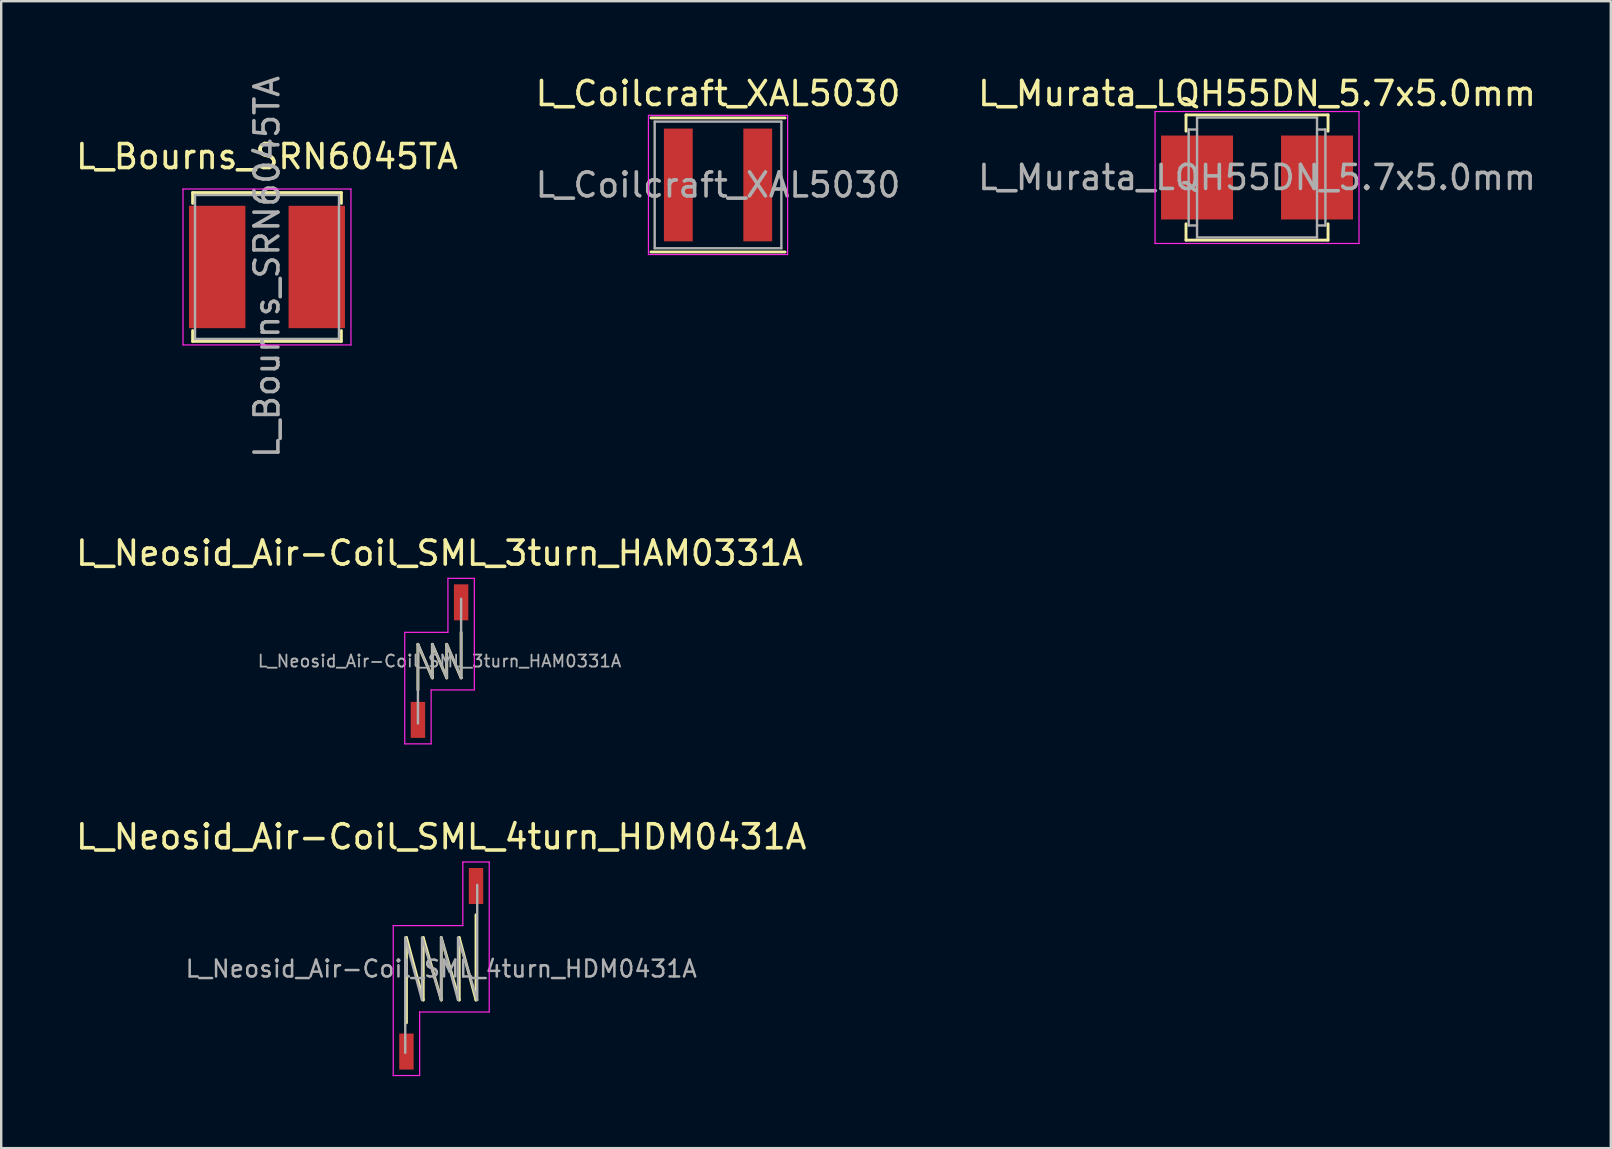
<source format=kicad_pcb>
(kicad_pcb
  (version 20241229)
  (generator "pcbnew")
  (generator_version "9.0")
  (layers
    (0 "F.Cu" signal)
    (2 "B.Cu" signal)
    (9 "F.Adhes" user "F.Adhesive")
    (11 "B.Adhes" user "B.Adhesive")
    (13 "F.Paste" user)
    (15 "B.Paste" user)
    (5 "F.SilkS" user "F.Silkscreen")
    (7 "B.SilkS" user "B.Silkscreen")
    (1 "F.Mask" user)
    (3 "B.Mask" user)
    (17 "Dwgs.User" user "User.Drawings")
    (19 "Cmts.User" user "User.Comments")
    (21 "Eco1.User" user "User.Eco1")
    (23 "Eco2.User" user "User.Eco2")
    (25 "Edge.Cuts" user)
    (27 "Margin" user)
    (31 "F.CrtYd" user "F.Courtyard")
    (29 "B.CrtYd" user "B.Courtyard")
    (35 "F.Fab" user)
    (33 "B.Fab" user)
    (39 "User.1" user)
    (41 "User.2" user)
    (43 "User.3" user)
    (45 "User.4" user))
  (footprint "L_Murata_LQH55DN_5.7x5.0mm"
    (layer "F.Cu")
    (at 49.339 4.348)
    (property "Reference" "L_Murata_LQH55DN_5.7x5.0mm" (at 0 -3.5 0) (layer "F.SilkS") (effects (font (size 1 1) (thickness 0.15))))
    (attr smd)
    (fp_line (start -2.96 -2.61) (end -2.96 -1.93) (stroke (width 0.12) (type solid)) (layer "F.SilkS"))
    (fp_line (start -2.96 -2.61) (end 2.96 -2.61) (stroke (width 0.12) (type solid)) (layer "F.SilkS"))
    (fp_line (start -2.96 1.93) (end -2.96 2.61) (stroke (width 0.12) (type solid)) (layer "F.SilkS"))
    (fp_line (start -2.96 2.61) (end 2.96 2.61) (stroke (width 0.12) (type solid)) (layer "F.SilkS"))
    (fp_line (start 2.96 -2.61) (end 2.96 -1.93) (stroke (width 0.12) (type solid)) (layer "F.SilkS"))
    (fp_line (start 2.96 1.93) (end 2.96 2.61) (stroke (width 0.12) (type solid)) (layer "F.SilkS"))
    (fp_line (start -4.25 -2.75) (end -4.25 2.75) (stroke (width 0.05) (type solid)) (layer "F.CrtYd"))
    (fp_line (start -4.25 2.75) (end 4.25 2.75) (stroke (width 0.05) (type solid)) (layer "F.CrtYd"))
    (fp_line (start 4.25 -2.75) (end -4.25 -2.75) (stroke (width 0.05) (type solid)) (layer "F.CrtYd"))
    (fp_line (start 4.25 2.75) (end 4.25 -2.75) (stroke (width 0.05) (type solid)) (layer "F.CrtYd"))
    (fp_line (start -2.85 -2) (end -2.85 2) (stroke (width 0.1) (type solid)) (layer "F.Fab"))
    (fp_line (start -2.85 -2) (end -2.5 -2) (stroke (width 0.1) (type solid)) (layer "F.Fab"))
    (fp_line (start -2.85 2) (end -2.5 2) (stroke (width 0.1) (type solid)) (layer "F.Fab"))
    (fp_line (start -2.5 -2.5) (end -2.5 2.5) (stroke (width 0.1) (type solid)) (layer "F.Fab"))
    (fp_line (start -2.5 -2.5) (end 2.5 -2.5) (stroke (width 0.1) (type solid)) (layer "F.Fab"))
    (fp_line (start -2.5 2.5) (end 2.5 2.5) (stroke (width 0.1) (type solid)) (layer "F.Fab"))
    (fp_line (start 2.5 -2.5) (end 2.5 2.5) (stroke (width 0.1) (type solid)) (layer "F.Fab"))
    (fp_line (start 2.85 -2) (end 2.5 -2) (stroke (width 0.1) (type solid)) (layer "F.Fab"))
    (fp_line (start 2.85 -2) (end 2.85 2) (stroke (width 0.1) (type solid)) (layer "F.Fab"))
    (fp_line (start 2.85 2) (end 2.5 2) (stroke (width 0.1) (type solid)) (layer "F.Fab"))
    (fp_text user "${REFERENCE}" (at 0 0 0) (layer "F.Fab") (effects (font (size 1 1) (thickness 0.15))))
    (pad "1" smd rect (at -2.5 0) (size 3 3.5) (layers "F.Cu" "F.Mask" "F.Paste"))
    (pad "2" smd rect (at 2.5 0) (size 3 3.5) (layers "F.Cu" "F.Mask" "F.Paste")))
  (footprint "L_Coilcraft_XAL5030"
    (layer "F.Cu")
    (at 26.875 4.658)
    (property "Reference" "L_Coilcraft_XAL5030" (at 0 -3.81 0) (layer "F.SilkS") (effects (font (size 1 1) (thickness 0.15))))
    (attr smd)
    (fp_line (start -2.794 -2.794) (end 2.794 -2.794) (stroke (width 0.12) (type solid)) (layer "F.SilkS"))
    (fp_line (start 2.794 2.794) (end -2.794 2.794) (stroke (width 0.12) (type solid)) (layer "F.SilkS"))
    (fp_line (start -2.9 -2.9) (end 2.9 -2.9) (stroke (width 0.05) (type solid)) (layer "F.CrtYd"))
    (fp_line (start -2.9 2.9) (end -2.9 -2.9) (stroke (width 0.05) (type solid)) (layer "F.CrtYd"))
    (fp_line (start 2.9 -2.9) (end 2.9 2.9) (stroke (width 0.05) (type solid)) (layer "F.CrtYd"))
    (fp_line (start 2.9 2.9) (end -2.9 2.9) (stroke (width 0.05) (type solid)) (layer "F.CrtYd"))
    (fp_line (start -2.64 -2.64) (end 2.64 -2.64) (stroke (width 0.1) (type solid)) (layer "F.Fab"))
    (fp_line (start -2.64 2.64) (end -2.64 -2.64) (stroke (width 0.1) (type solid)) (layer "F.Fab"))
    (fp_line (start 2.64 -2.64) (end 2.64 2.64) (stroke (width 0.1) (type solid)) (layer "F.Fab"))
    (fp_line (start 2.64 2.64) (end -2.64 2.64) (stroke (width 0.1) (type solid)) (layer "F.Fab"))
    (fp_text user "${REFERENCE}" (at 0 0 0) (layer "F.Fab") (effects (font (size 1 1) (thickness 0.15))))
    (pad "1" smd rect (at -1.655 0) (size 1.2 4.7) (layers "F.Cu" "F.Mask" "F.Paste"))
    (pad "2" smd rect (at 1.655 0) (size 1.2 4.7) (layers "F.Cu" "F.Mask" "F.Paste")))
  (footprint "L_Neosid_Air-Coil_SML_3turn_HAM0331A"
    (layer "F.Cu")
    (at 15.268 24.503)
    (property "Reference" "L_Neosid_Air-Coil_SML_3turn_HAM0331A" (at 0 -4.5 0) (layer "F.SilkS") (effects (font (size 1 1) (thickness 0.15))))
    (attr smd)
    (fp_line (start -0.9 -0.7) (end -0.3 0.7) (stroke (width 0.12) (type solid)) (layer "F.SilkS"))
    (fp_line (start -0.9 1.2) (end -0.9 -0.7) (stroke (width 0.12) (type solid)) (layer "F.SilkS"))
    (fp_line (start -0.3 -0.7) (end 0.3 0.7) (stroke (width 0.12) (type solid)) (layer "F.SilkS"))
    (fp_line (start -0.3 0.7) (end -0.3 -0.7) (stroke (width 0.12) (type solid)) (layer "F.SilkS"))
    (fp_line (start 0.3 -0.7) (end 0.9 0.7) (stroke (width 0.12) (type solid)) (layer "F.SilkS"))
    (fp_line (start 0.3 0.7) (end 0.3 -0.7) (stroke (width 0.12) (type solid)) (layer "F.SilkS"))
    (fp_line (start 0.9 -1.2) (end 0.9 0.7) (stroke (width 0.12) (type solid)) (layer "F.SilkS"))
    (fp_line (start -1.45 -1.2) (end -1.45 3.45) (stroke (width 0.05) (type solid)) (layer "F.CrtYd"))
    (fp_line (start -1.45 3.45) (end -0.35 3.45) (stroke (width 0.05) (type solid)) (layer "F.CrtYd"))
    (fp_line (start -0.35 1.2) (end 1.45 1.2) (stroke (width 0.05) (type solid)) (layer "F.CrtYd"))
    (fp_line (start -0.35 3.45) (end -0.35 1.2) (stroke (width 0.05) (type solid)) (layer "F.CrtYd"))
    (fp_line (start 0.35 -3.45) (end 0.35 -1.2) (stroke (width 0.05) (type solid)) (layer "F.CrtYd"))
    (fp_line (start 0.35 -1.2) (end -1.45 -1.2) (stroke (width 0.05) (type solid)) (layer "F.CrtYd"))
    (fp_line (start 1.45 -3.45) (end 0.35 -3.45) (stroke (width 0.05) (type solid)) (layer "F.CrtYd"))
    (fp_line (start 1.45 1.2) (end 1.45 -3.45) (stroke (width 0.05) (type solid)) (layer "F.CrtYd"))
    (fp_line (start -0.9 -0.7) (end -0.3 0.7) (stroke (width 0.1) (type solid)) (layer "F.Fab"))
    (fp_line (start -0.9 2.6) (end -0.9 -0.7) (stroke (width 0.1) (type solid)) (layer "F.Fab"))
    (fp_line (start -0.3 -0.7) (end 0.3 0.7) (stroke (width 0.1) (type solid)) (layer "F.Fab"))
    (fp_line (start -0.3 0.7) (end -0.3 -0.7) (stroke (width 0.1) (type solid)) (layer "F.Fab"))
    (fp_line (start 0.3 -0.7) (end 0.9 0.7) (stroke (width 0.1) (type solid)) (layer "F.Fab"))
    (fp_line (start 0.3 0.7) (end 0.3 -0.7) (stroke (width 0.1) (type solid)) (layer "F.Fab"))
    (fp_line (start 0.9 0.7) (end 0.9 -2.6) (stroke (width 0.1) (type solid)) (layer "F.Fab"))
    (fp_text user "${REFERENCE}" (at 0 0 0) (layer "F.Fab") (effects (font (size 0.5 0.5) (thickness 0.075))))
    (pad "1" smd rect (at -0.9 2.45) (size 0.6 1.5) (layers "F.Cu" "F.Mask" "F.Paste"))
    (pad "2" smd rect (at 0.9 -2.45) (size 0.6 1.5) (layers "F.Cu" "F.Mask" "F.Paste")))
  (footprint "L_Neosid_Air-Coil_SML_4turn_HDM0431A"
    (layer "F.Cu")
    (at 15.339 37.326)
    (property "Reference" "L_Neosid_Air-Coil_SML_4turn_HDM0431A" (at 0 -5.5 0) (layer "F.SilkS") (effects (font (size 1 1) (thickness 0.15))))
    (attr smd)
    (fp_line (start -1.45 -1.3) (end -1.45 2.25) (stroke (width 0.12) (type solid)) (layer "F.SilkS"))
    (fp_line (start -1.45 -1.3) (end -0.75 1.3) (stroke (width 0.12) (type solid)) (layer "F.SilkS"))
    (fp_line (start -0.75 -1.3) (end -0.75 1.3) (stroke (width 0.12) (type solid)) (layer "F.SilkS"))
    (fp_line (start -0.75 -1.3) (end 0 1.3) (stroke (width 0.12) (type solid)) (layer "F.SilkS"))
    (fp_line (start 0 -1.3) (end 0 1.3) (stroke (width 0.12) (type solid)) (layer "F.SilkS"))
    (fp_line (start 0 -1.3) (end 0.75 1.3) (stroke (width 0.12) (type solid)) (layer "F.SilkS"))
    (fp_line (start 0.75 -1.3) (end 0.75 1.3) (stroke (width 0.12) (type solid)) (layer "F.SilkS"))
    (fp_line (start 0.75 -1.3) (end 1.45 1.3) (stroke (width 0.12) (type solid)) (layer "F.SilkS"))
    (fp_line (start 1.45 1.3) (end 1.45 -2.25) (stroke (width 0.12) (type solid)) (layer "F.SilkS"))
    (fp_line (start -2 -1.8) (end -2 4.45) (stroke (width 0.05) (type solid)) (layer "F.CrtYd"))
    (fp_line (start -2 4.45) (end -0.9 4.45) (stroke (width 0.05) (type solid)) (layer "F.CrtYd"))
    (fp_line (start -0.9 1.8) (end 2 1.8) (stroke (width 0.05) (type solid)) (layer "F.CrtYd"))
    (fp_line (start -0.9 4.45) (end -0.9 1.8) (stroke (width 0.05) (type solid)) (layer "F.CrtYd"))
    (fp_line (start 0.9 -4.45) (end 0.9 -1.8) (stroke (width 0.05) (type solid)) (layer "F.CrtYd"))
    (fp_line (start 0.9 -1.8) (end -2 -1.8) (stroke (width 0.05) (type solid)) (layer "F.CrtYd"))
    (fp_line (start 2 -4.45) (end 0.9 -4.45) (stroke (width 0.05) (type solid)) (layer "F.CrtYd"))
    (fp_line (start 2 1.8) (end 2 -4.45) (stroke (width 0.05) (type solid)) (layer "F.CrtYd"))
    (fp_line (start -1.5 -1.3) (end -0.8 1.3) (stroke (width 0.1) (type solid)) (layer "F.Fab"))
    (fp_line (start -1.5 3.5) (end -1.5 -1.3) (stroke (width 0.1) (type solid)) (layer "F.Fab"))
    (fp_line (start -0.8 -1.3) (end 0 1.3) (stroke (width 0.1) (type solid)) (layer "F.Fab"))
    (fp_line (start -0.8 1.3) (end -0.8 -1.3) (stroke (width 0.1) (type solid)) (layer "F.Fab"))
    (fp_line (start 0 -1.3) (end 0.7 1.3) (stroke (width 0.1) (type solid)) (layer "F.Fab"))
    (fp_line (start 0 1.3) (end 0 -1.3) (stroke (width 0.1) (type solid)) (layer "F.Fab"))
    (fp_line (start 0.7 -1.3) (end 1.5 1.3) (stroke (width 0.1) (type solid)) (layer "F.Fab"))
    (fp_line (start 0.7 1.3) (end 0.7 -1.3) (stroke (width 0.1) (type solid)) (layer "F.Fab"))
    (fp_line (start 1.5 1.3) (end 1.5 -3.5) (stroke (width 0.1) (type solid)) (layer "F.Fab"))
    (fp_text user "${REFERENCE}" (at 0 0 0) (layer "F.Fab") (effects (font (size 0.7 0.7) (thickness 0.105))))
    (pad "1" smd rect (at -1.45 3.45) (size 0.6 1.5) (layers "F.Cu" "F.Mask" "F.Paste"))
    (pad "2" smd rect (at 1.45 -3.45) (size 0.6 1.5) (layers "F.Cu" "F.Mask" "F.Paste")))
  (footprint "L_Bourns_SRN6045TA"
    (layer "F.Cu")
    (at 8.077 8.077)
    (property "Reference" "L_Bourns_SRN6045TA" (at 0 -4.6 0) (layer "F.SilkS") (effects (font (size 1 1) (thickness 0.15))))
    (attr smd)
    (fp_line (start -3.1 -3.1) (end -3.1 -2.65) (stroke (width 0.12) (type solid)) (layer "F.SilkS"))
    (fp_line (start -3.1 -3.1) (end 3.1 -3.1) (stroke (width 0.12) (type solid)) (layer "F.SilkS"))
    (fp_line (start -3.1 3.1) (end -3.1 2.65) (stroke (width 0.12) (type solid)) (layer "F.SilkS"))
    (fp_line (start 3.1 -3.1) (end 3.1 -2.65) (stroke (width 0.12) (type solid)) (layer "F.SilkS"))
    (fp_line (start 3.1 3.1) (end -3.1 3.1) (stroke (width 0.12) (type solid)) (layer "F.SilkS"))
    (fp_line (start 3.1 3.1) (end 3.1 2.65) (stroke (width 0.12) (type solid)) (layer "F.SilkS"))
    (fp_line (start -3.5 -3.25) (end -3.5 3.25) (stroke (width 0.05) (type solid)) (layer "F.CrtYd"))
    (fp_line (start -3.5 3.25) (end 3.5 3.25) (stroke (width 0.05) (type solid)) (layer "F.CrtYd"))
    (fp_line (start 3.5 -3.25) (end -3.5 -3.25) (stroke (width 0.05) (type solid)) (layer "F.CrtYd"))
    (fp_line (start 3.5 3.25) (end 3.5 -3.25) (stroke (width 0.05) (type solid)) (layer "F.CrtYd"))
    (fp_line (start -3 -3) (end -3 3) (stroke (width 0.1) (type solid)) (layer "F.Fab"))
    (fp_line (start -3 -3) (end 3 -3) (stroke (width 0.1) (type solid)) (layer "F.Fab"))
    (fp_line (start -3 3) (end 3 3) (stroke (width 0.1) (type solid)) (layer "F.Fab"))
    (fp_line (start 3 3) (end 3 -3) (stroke (width 0.1) (type solid)) (layer "F.Fab"))
    (fp_text user "${REFERENCE}" (at 0 0 90) (layer "F.Fab") (effects (font (size 1 1) (thickness 0.15))))
    (pad "1" smd rect (at -2.075 0) (size 2.35 5.1) (layers "F.Cu" "F.Mask" "F.Paste"))
    (pad "2" smd rect (at 2.075 0) (size 2.35 5.1) (layers "F.Cu" "F.Mask" "F.Paste")))
  (gr_rect
    (start -3 -3)
    (end 64.083 44.801)
    (stroke (width 0.1) (type default))
    (fill no)
    (layer "Edge.Cuts")))
</source>
